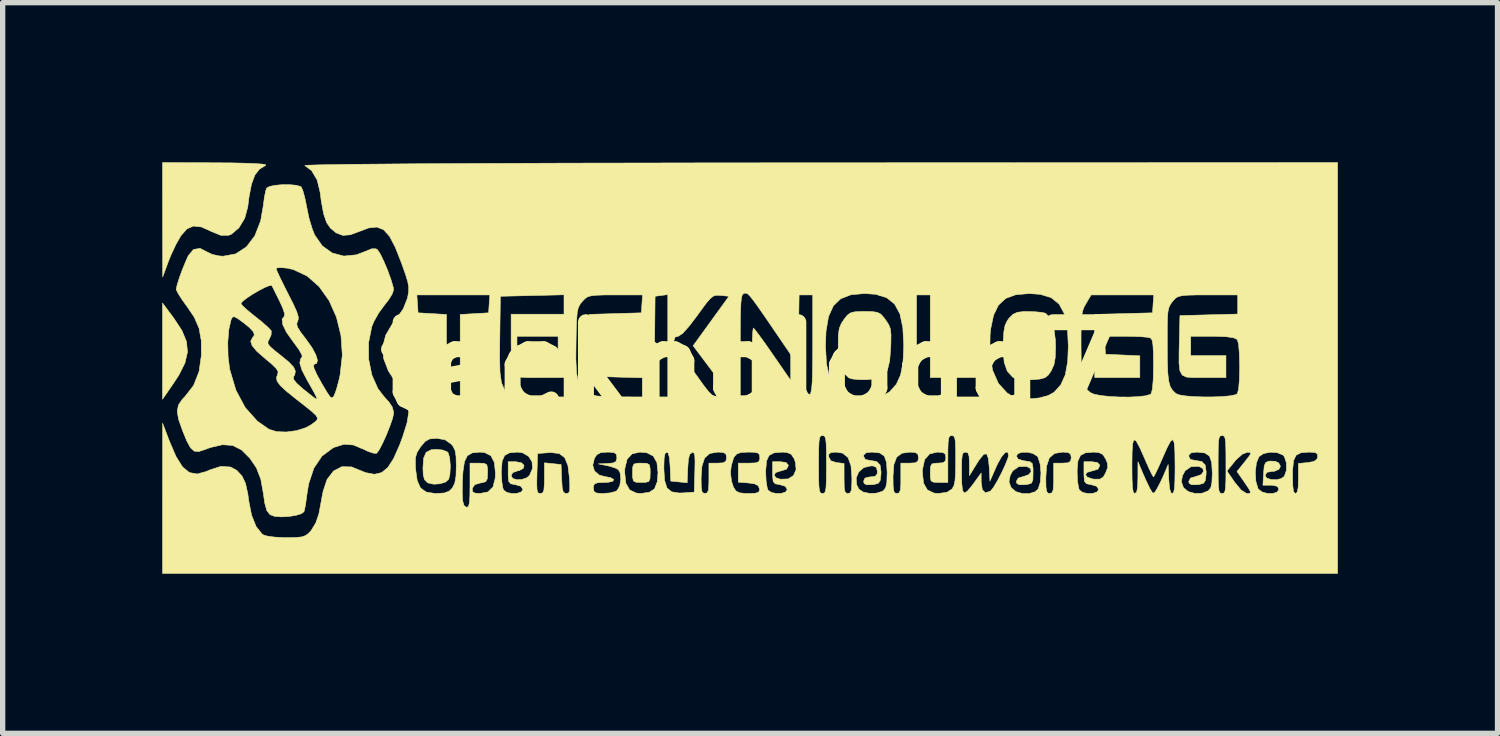
<source format=kicad_pcb>
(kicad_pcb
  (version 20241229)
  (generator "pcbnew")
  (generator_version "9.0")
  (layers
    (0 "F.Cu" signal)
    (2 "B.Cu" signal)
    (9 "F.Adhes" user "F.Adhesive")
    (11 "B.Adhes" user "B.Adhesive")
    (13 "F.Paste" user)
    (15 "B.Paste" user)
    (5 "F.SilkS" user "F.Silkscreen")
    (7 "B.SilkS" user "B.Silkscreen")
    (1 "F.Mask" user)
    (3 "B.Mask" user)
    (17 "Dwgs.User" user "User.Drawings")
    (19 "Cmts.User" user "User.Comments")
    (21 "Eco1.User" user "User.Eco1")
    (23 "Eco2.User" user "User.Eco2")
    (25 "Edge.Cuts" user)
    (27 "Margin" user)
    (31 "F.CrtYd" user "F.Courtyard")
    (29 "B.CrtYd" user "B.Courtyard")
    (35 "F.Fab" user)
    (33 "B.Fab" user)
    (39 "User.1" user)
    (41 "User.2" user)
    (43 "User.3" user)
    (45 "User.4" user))
  (footprint "tecknologg7"
    (layer "F.Cu")
    (at 11.048 3.841)
    (property "Reference" "tecknologg7" (at 0 0 0) (layer "F.SilkS") (effects (font (size 1.524 1.524) (thickness 0.3))))
    (attr through_hole)
    (fp_poly (pts (xy -10.826 -0.903) (xy -10.677 -0.676) (xy -10.593 -0.471) (xy -10.574 -0.274) (xy -10.621 -0.07) (xy -10.734 0.156) (xy -10.832 0.307) (xy -11.043 0.613) (xy -11.043 -1.195) (xy -10.826 -0.903)) (stroke (width 0.01) (type solid)) (fill yes) (layer "F.SilkS"))
    (fp_poly (pts (xy -1.941 1.818) (xy -1.893 1.844) (xy -1.878 1.915) (xy -1.877 1.996) (xy -1.881 2.107) (xy -1.905 2.16) (xy -1.969 2.176) (xy -2.043 2.177) (xy -2.145 2.173) (xy -2.193 2.147) (xy -2.208 2.076) (xy -2.209 1.996) (xy -2.205 1.884) (xy -2.181 1.831) (xy -2.117 1.815) (xy -2.043 1.814) (xy -1.941 1.818)) (stroke (width 0.01) (type solid)) (fill yes) (layer "F.SilkS"))
    (fp_poly (pts (xy -5.778 1.568) (xy -5.695 1.6) (xy -5.676 1.617) (xy -5.646 1.714) (xy -5.634 1.864) (xy -5.641 2.017) (xy -5.664 2.116) (xy -5.724 2.17) (xy -5.827 2.202) (xy -5.945 2.21) (xy -6.049 2.187) (xy -6.065 2.178) (xy -6.119 2.125) (xy -6.143 2.032) (xy -6.148 1.904) (xy -6.135 1.719) (xy -6.088 1.611) (xy -5.994 1.563) (xy -5.89 1.555) (xy -5.778 1.568)) (stroke (width 0.01) (type solid)) (fill yes) (layer "F.SilkS"))
    (fp_poly (pts (xy -10.022 -3.831) (xy -9.723 -3.829) (xy -9.478 -3.823) (xy -9.29 -3.816) (xy -9.163 -3.806) (xy -9.103 -3.794) (xy -9.106 -3.783) (xy -9.222 -3.711) (xy -9.308 -3.6) (xy -9.371 -3.43) (xy -9.418 -3.185) (xy -9.442 -2.996) (xy -9.499 -2.787) (xy -9.608 -2.608) (xy -9.747 -2.49) (xy -9.805 -2.467) (xy -9.949 -2.468) (xy -10.121 -2.539) (xy -10.312 -2.625) (xy -10.461 -2.642) (xy -10.585 -2.588) (xy -10.697 -2.461) (xy -10.7 -2.456) (xy -10.788 -2.302) (xy -10.881 -2.106) (xy -10.933 -1.977) (xy -11.04 -1.685) (xy -11.042 -2.76) (xy -11.043 -3.836) (xy -10.022 -3.831)) (stroke (width 0.01) (type solid)) (fill yes) (layer "F.SilkS"))
    (fp_poly (pts (xy 5.361 -1.031) (xy 5.482 -1.019) (xy 5.551 -1.004) (xy 5.644 -0.916) (xy 5.708 -0.742) (xy 5.74 -0.49) (xy 5.743 -0.368) (xy 5.736 -0.171) (xy 5.713 -0.038) (xy 5.664 0.071) (xy 5.655 0.087) (xy 5.601 0.163) (xy 5.541 0.208) (xy 5.452 0.233) (xy 5.315 0.246) (xy 5.296 0.247) (xy 5.108 0.246) (xy 4.974 0.217) (xy 4.933 0.195) (xy 4.834 0.084) (xy 4.777 -0.08) (xy 4.756 -0.313) (xy 4.758 -0.461) (xy 4.77 -0.653) (xy 4.793 -0.776) (xy 4.835 -0.865) (xy 4.872 -0.914) (xy 4.942 -0.983) (xy 5.023 -1.021) (xy 5.14 -1.035) (xy 5.22 -1.036) (xy 5.361 -1.031)) (stroke (width 0.01) (type solid)) (fill yes) (layer "F.SilkS"))
    (fp_poly (pts (xy 2.3 -1.034) (xy 2.394 -1.019) (xy 2.46 -0.984) (xy 2.518 -0.919) (xy 2.547 -0.879) (xy 2.606 -0.79) (xy 2.638 -0.708) (xy 2.649 -0.601) (xy 2.647 -0.434) (xy 2.644 -0.361) (xy 2.624 -0.105) (xy 2.581 0.066) (xy 2.502 0.17) (xy 2.375 0.224) (xy 2.199 0.245) (xy 2.055 0.245) (xy 1.932 0.233) (xy 1.855 0.211) (xy 1.854 0.21) (xy 1.75 0.108) (xy 1.686 -0.058) (xy 1.658 -0.299) (xy 1.657 -0.404) (xy 1.66 -0.594) (xy 1.677 -0.717) (xy 1.715 -0.81) (xy 1.764 -0.885) (xy 1.825 -0.963) (xy 1.885 -1.008) (xy 1.966 -1.03) (xy 2.09 -1.036) (xy 2.153 -1.037) (xy 2.3 -1.034)) (stroke (width 0.01) (type solid)) (fill yes) (layer "F.SilkS"))
    (fp_poly (pts (xy -8.533 -3.409) (xy -8.45 -3.386) (xy -8.437 -3.377) (xy -8.405 -3.307) (xy -8.367 -3.167) (xy -8.334 -3.002) (xy -8.29 -2.791) (xy -8.23 -2.591) (xy -8.185 -2.477) (xy -8.041 -2.27) (xy -7.854 -2.136) (xy -7.636 -2.078) (xy -7.401 -2.101) (xy -7.241 -2.162) (xy -7.113 -2.214) (xy -7.03 -2.214) (xy -7.004 -2.198) (xy -6.952 -2.121) (xy -6.884 -1.981) (xy -6.812 -1.81) (xy -6.75 -1.639) (xy -6.709 -1.5) (xy -6.7 -1.442) (xy -6.727 -1.364) (xy -6.796 -1.252) (xy -6.871 -1.157) (xy -6.979 -1.009) (xy -7.072 -0.845) (xy -7.11 -0.752) (xy -7.17 -0.451) (xy -7.169 -0.14) (xy -7.109 0.156) (xy -6.995 0.413) (xy -6.891 0.55) (xy -6.784 0.671) (xy -6.725 0.76) (xy -6.703 0.841) (xy -6.7 0.882) (xy -6.719 0.972) (xy -6.768 1.114) (xy -6.834 1.28) (xy -6.906 1.44) (xy -6.972 1.566) (xy -7.018 1.628) (xy -7.02 1.629) (xy -7.08 1.627) (xy -7.182 1.593) (xy -7.262 1.554) (xy -7.457 1.473) (xy -7.629 1.459) (xy -7.808 1.514) (xy -7.844 1.531) (xy -8.047 1.682) (xy -8.198 1.907) (xy -8.297 2.205) (xy -8.334 2.436) (xy -8.354 2.59) (xy -8.377 2.703) (xy -8.385 2.727) (xy -8.436 2.765) (xy -8.538 2.796) (xy -8.67 2.817) (xy -8.809 2.824) (xy -8.932 2.815) (xy -8.936 2.815) (xy -9.024 2.781) (xy -9.083 2.705) (xy -9.122 2.565) (xy -9.148 2.384) (xy -9.196 2.115) (xy -9.278 1.904) (xy -9.4 1.724) (xy -9.558 1.566) (xy -9.726 1.481) (xy -9.917 1.468) (xy -10.146 1.521) (xy -10.244 1.558) (xy -10.36 1.596) (xy -10.446 1.589) (xy -10.517 1.526) (xy -10.589 1.394) (xy -10.667 1.202) (xy -10.741 0.992) (xy -10.767 0.84) (xy -10.744 0.722) (xy -10.672 0.615) (xy -10.625 0.567) (xy -10.459 0.354) (xy -10.356 0.091) (xy -10.314 -0.207) (xy -10.315 -0.454) (xy -9.817 -0.454) (xy -9.811 -0.191) (xy -9.781 0.051) (xy -9.779 0.057) (xy -9.663 0.445) (xy -9.49 0.768) (xy -9.261 1.025) (xy -9.042 1.178) (xy -8.899 1.222) (xy -8.716 1.229) (xy -8.523 1.203) (xy -8.345 1.146) (xy -8.251 1.093) (xy -8.183 1.044) (xy -8.14 1.005) (xy -8.131 0.966) (xy -8.159 0.917) (xy -8.232 0.847) (xy -8.356 0.747) (xy -8.538 0.605) (xy -8.554 0.592) (xy -8.722 0.456) (xy -8.831 0.354) (xy -8.889 0.275) (xy -8.902 0.208) (xy -8.879 0.143) (xy -8.877 0.138) (xy -8.871 0.093) (xy -8.908 0.033) (xy -8.996 -0.053) (xy -9.112 -0.15) (xy -9.269 -0.286) (xy -9.359 -0.394) (xy -9.386 -0.477) (xy -9.353 -0.542) (xy -9.35 -0.544) (xy -9.317 -0.595) (xy -9.336 -0.655) (xy -9.411 -0.736) (xy -9.516 -0.821) (xy -9.628 -0.903) (xy -9.693 -0.938) (xy -9.729 -0.931) (xy -9.754 -0.885) (xy -9.755 -0.882) (xy -9.797 -0.697) (xy -9.817 -0.454) (xy -10.315 -0.454) (xy -10.315 -0.49) (xy -10.356 -0.719) (xy -10.446 -0.928) (xy -10.585 -1.133) (xy -10.622 -1.184) (xy -9.57 -1.184) (xy -9.54 -1.145) (xy -9.461 -1.072) (xy -9.346 -0.976) (xy -9.297 -0.938) (xy -9.169 -0.835) (xy -9.067 -0.745) (xy -9.007 -0.683) (xy -8.999 -0.671) (xy -9.002 -0.595) (xy -9.036 -0.52) (xy -9.061 -0.472) (xy -9.06 -0.428) (xy -9.021 -0.376) (xy -8.935 -0.301) (xy -8.819 -0.209) (xy -8.669 -0.086) (xy -8.58 0.008) (xy -8.546 0.085) (xy -8.558 0.155) (xy -8.58 0.19) (xy -8.58 0.239) (xy -8.522 0.313) (xy -8.402 0.42) (xy -8.386 0.432) (xy -8.257 0.535) (xy -8.181 0.593) (xy -8.146 0.612) (xy -8.142 0.598) (xy -8.158 0.557) (xy -8.195 0.484) (xy -8.263 0.362) (xy -8.326 0.252) (xy -8.424 0.063) (xy -8.463 -0.071) (xy -8.445 -0.153) (xy -8.421 -0.173) (xy -8.422 -0.217) (xy -8.475 -0.314) (xy -8.575 -0.452) (xy -8.586 -0.466) (xy -8.714 -0.647) (xy -8.784 -0.791) (xy -8.795 -0.894) (xy -8.755 -0.945) (xy -8.748 -0.996) (xy -8.788 -1.113) (xy -8.837 -1.219) (xy -8.909 -1.364) (xy -8.965 -1.477) (xy -8.989 -1.524) (xy -9.029 -1.524) (xy -9.116 -1.49) (xy -9.23 -1.431) (xy -9.352 -1.36) (xy -9.462 -1.287) (xy -9.541 -1.224) (xy -9.57 -1.184) (xy -10.622 -1.184) (xy -10.682 -1.268) (xy -10.753 -1.38) (xy -10.785 -1.447) (xy -10.786 -1.452) (xy -10.768 -1.538) (xy -10.723 -1.68) (xy -10.663 -1.843) (xy -8.908 -1.843) (xy -8.888 -1.788) (xy -8.833 -1.669) (xy -8.752 -1.505) (xy -8.683 -1.369) (xy -8.581 -1.167) (xy -8.52 -1.03) (xy -8.492 -0.94) (xy -8.493 -0.881) (xy -8.505 -0.853) (xy -8.521 -0.802) (xy -8.505 -0.74) (xy -8.448 -0.649) (xy -8.344 -0.512) (xy -8.234 -0.358) (xy -8.161 -0.221) (xy -8.13 -0.117) (xy -8.147 -0.059) (xy -8.172 -0.052) (xy -8.204 -0.033) (xy -8.196 0.031) (xy -8.143 0.149) (xy -8.042 0.331) (xy -8.037 0.339) (xy -7.948 0.489) (xy -7.892 0.569) (xy -7.856 0.589) (xy -7.828 0.562) (xy -7.815 0.538) (xy -7.776 0.434) (xy -7.732 0.273) (xy -7.706 0.159) (xy -7.664 -0.217) (xy -7.689 -0.584) (xy -7.774 -0.93) (xy -7.912 -1.24) (xy -8.098 -1.502) (xy -8.323 -1.701) (xy -8.582 -1.824) (xy -8.702 -1.851) (xy -8.813 -1.861) (xy -8.889 -1.856) (xy -8.908 -1.843) (xy -10.663 -1.843) (xy -10.661 -1.847) (xy -10.594 -2.008) (xy -10.558 -2.086) (xy -10.461 -2.202) (xy -10.338 -2.223) (xy -10.197 -2.151) (xy -10.107 -2.108) (xy -9.98 -2.081) (xy -9.905 -2.075) (xy -9.668 -2.119) (xy -9.467 -2.25) (xy -9.308 -2.459) (xy -9.199 -2.739) (xy -9.15 -3.018) (xy -9.128 -3.185) (xy -9.101 -3.314) (xy -9.086 -3.355) (xy -9.032 -3.386) (xy -8.927 -3.408) (xy -8.794 -3.42) (xy -8.655 -3.42) (xy -8.533 -3.409)) (stroke (width 0.01) (type solid)) (fill yes) (layer "F.SilkS"))
    (fp_poly (pts (xy 11.043 3.888) (xy -11.043 3.888) (xy -11.042 1.063) (xy -10.914 1.4) (xy -10.79 1.689) (xy -10.668 1.884) (xy -10.539 1.991) (xy -10.393 2.018) (xy -10.219 1.971) (xy -10.16 1.944) (xy -9.948 1.875) (xy -9.763 1.887) (xy -9.647 1.95) (xy -9.549 2.056) (xy -9.483 2.196) (xy -9.439 2.397) (xy -9.423 2.52) (xy -9.37 2.79) (xy -9.285 3.004) (xy -9.175 3.143) (xy -9.141 3.166) (xy -9.065 3.187) (xy -8.937 3.204) (xy -8.78 3.213) (xy -8.706 3.214) (xy -8.541 3.212) (xy -8.43 3.201) (xy -8.355 3.176) (xy -8.296 3.131) (xy -8.249 3.08) (xy -8.162 2.936) (xy -8.104 2.768) (xy -8.102 2.756) (xy -8.068 2.573) (xy -8.032 2.377) (xy -8.028 2.355) (xy -7.952 2.123) (xy -7.83 1.963) (xy -7.672 1.881) (xy -7.49 1.885) (xy -7.363 1.937) (xy -7.224 1.993) (xy -7.075 2.021) (xy -7.053 2.022) (xy -6.925 1.992) (xy -6.81 1.898) (xy -6.77 1.838) (xy -6.291 1.838) (xy -6.286 1.93) (xy -6.256 2.143) (xy -6.194 2.281) (xy -6.088 2.357) (xy -5.926 2.384) (xy -5.886 2.384) (xy -5.745 2.375) (xy -5.721 2.366) (xy -5.41 2.366) (xy -5.401 2.525) (xy -5.376 2.612) (xy -5.331 2.643) (xy -5.32 2.644) (xy -5.292 2.625) (xy -5.274 2.558) (xy -5.266 2.422) (xy -5.264 2.229) (xy -5.264 1.814) (xy -5.098 1.814) (xy -4.997 1.818) (xy -4.948 1.844) (xy -4.934 1.914) (xy -4.933 1.993) (xy -4.939 2.11) (xy -4.971 2.164) (xy -5.051 2.185) (xy -5.07 2.187) (xy -5.175 2.219) (xy -5.219 2.286) (xy -5.22 2.294) (xy -5.216 2.352) (xy -5.169 2.378) (xy -5.076 2.384) (xy -4.926 2.355) (xy -4.832 2.263) (xy -4.79 2.099) (xy -4.786 2.005) (xy -4.787 1.987) (xy -4.675 1.987) (xy -4.667 2.154) (xy -4.647 2.281) (xy -4.631 2.322) (xy -4.568 2.366) (xy -4.474 2.385) (xy -4.376 2.381) (xy -4.299 2.355) (xy -4.27 2.31) (xy -4.305 2.25) (xy -4.408 2.219) (xy -4.408 2.219) (xy -4.495 2.203) (xy -4.009 2.203) (xy -4.004 2.315) (xy -3.988 2.369) (xy -3.955 2.384) (xy -3.94 2.384) (xy -3.897 2.373) (xy -3.875 2.322) (xy -3.866 2.206) (xy -3.865 2.096) (xy -3.865 1.808) (xy -3.709 1.824) (xy -3.552 1.84) (xy -3.541 2.112) (xy -3.531 2.273) (xy -3.511 2.355) (xy -3.475 2.383) (xy -3.454 2.384) (xy -3.411 2.376) (xy -3.391 2.332) (xy -3.388 2.23) (xy -3.395 2.091) (xy -3.423 1.859) (xy -3.426 1.853) (xy -2.957 1.853) (xy -2.924 1.963) (xy -2.832 2.039) (xy -2.738 2.064) (xy -2.615 2.089) (xy -2.563 2.123) (xy -2.581 2.154) (xy -2.67 2.175) (xy -2.735 2.177) (xy -2.855 2.181) (xy -2.918 2.2) (xy -2.942 2.24) (xy -2.945 2.281) (xy -2.935 2.343) (xy -2.895 2.374) (xy -2.805 2.384) (xy -2.758 2.384) (xy -2.635 2.374) (xy -2.533 2.348) (xy -2.501 2.331) (xy -2.45 2.245) (xy -2.429 2.117) (xy -2.442 1.996) (xy -2.356 1.996) (xy -2.334 2.193) (xy -2.263 2.318) (xy -2.138 2.377) (xy -2.053 2.384) (xy -1.894 2.362) (xy -1.797 2.299) (xy -1.744 2.164) (xy -1.73 1.991) (xy -1.739 1.915) (xy -1.62 1.915) (xy -1.607 2.136) (xy -1.563 2.278) (xy -1.475 2.353) (xy -1.333 2.376) (xy -1.252 2.373) (xy -1.049 2.359) (xy -1.042 2.099) (xy -0.92 2.099) (xy -0.917 2.264) (xy -0.903 2.35) (xy -0.872 2.381) (xy -0.847 2.384) (xy -0.804 2.372) (xy -0.782 2.319) (xy -0.774 2.199) (xy -0.773 2.099) (xy -0.773 1.996) (xy -0.368 1.996) (xy -0.349 2.152) (xy -0.311 2.269) (xy -0.266 2.336) (xy -0.202 2.371) (xy -0.096 2.384) (xy -0.032 2.384) (xy 0.091 2.381) (xy 0.156 2.364) (xy 0.178 2.329) (xy 0.177 2.294) (xy 0.151 2.236) (xy 0.083 2.203) (xy -0.028 2.187) (xy -0.221 2.172) (xy -0.221 1.987) (xy 0.294 1.987) (xy 0.302 2.154) (xy 0.323 2.281) (xy 0.339 2.322) (xy 0.402 2.366) (xy 0.496 2.385) (xy 0.594 2.381) (xy 0.67 2.355) (xy 0.699 2.31) (xy 0.664 2.25) (xy 0.562 2.219) (xy 0.561 2.219) (xy 0.473 2.202) (xy 0.434 2.159) (xy 0.424 2.056) (xy 0.423 1.996) (xy 0.423 1.788) (xy 0.571 1.788) (xy 0.673 1.801) (xy 0.715 1.844) (xy 0.718 1.866) (xy 0.685 1.928) (xy 0.585 1.959) (xy 0.578 1.96) (xy 0.482 1.991) (xy 0.452 2.041) (xy 0.49 2.09) (xy 0.569 2.116) (xy 0.716 2.111) (xy 0.817 2.047) (xy 0.865 1.937) (xy 0.857 1.84) (xy 1.288 1.84) (xy 1.289 2.083) (xy 1.294 2.24) (xy 1.304 2.331) (xy 1.323 2.373) (xy 1.353 2.384) (xy 1.362 2.384) (xy 1.395 2.378) (xy 1.416 2.345) (xy 1.428 2.268) (xy 1.434 2.129) (xy 1.436 1.908) (xy 1.436 1.84) (xy 1.435 1.698) (xy 1.479 1.698) (xy 1.518 1.769) (xy 1.618 1.803) (xy 1.629 1.804) (xy 1.767 1.821) (xy 1.767 2.103) (xy 1.77 2.266) (xy 1.784 2.351) (xy 1.816 2.382) (xy 1.841 2.384) (xy 1.883 2.372) (xy 1.905 2.319) (xy 1.913 2.199) (xy 1.914 2.099) (xy 1.914 2.093) (xy 1.995 2.093) (xy 2.004 2.221) (xy 2.046 2.303) (xy 2.123 2.356) (xy 2.242 2.382) (xy 2.372 2.379) (xy 2.483 2.345) (xy 2.506 2.331) (xy 2.549 2.276) (xy 2.571 2.177) (xy 2.574 2.076) (xy 2.687 2.076) (xy 2.69 2.249) (xy 2.702 2.342) (xy 2.729 2.379) (xy 2.761 2.384) (xy 2.803 2.372) (xy 2.826 2.319) (xy 2.834 2.199) (xy 2.834 2.099) (xy 2.834 1.996) (xy 3.239 1.996) (xy 3.262 2.193) (xy 3.333 2.318) (xy 3.457 2.377) (xy 3.542 2.384) (xy 3.702 2.362) (xy 3.798 2.299) (xy 3.832 2.238) (xy 3.852 2.145) (xy 3.862 1.996) (xy 3.863 1.961) (xy 3.976 1.961) (xy 3.979 2.194) (xy 3.994 2.33) (xy 4.028 2.376) (xy 4.087 2.34) (xy 4.178 2.228) (xy 4.204 2.193) (xy 4.344 2.001) (xy 4.344 2.168) (xy 4.365 2.313) (xy 4.424 2.372) (xy 4.517 2.341) (xy 4.521 2.338) (xy 4.576 2.27) (xy 4.639 2.163) (xy 4.867 2.163) (xy 4.9 2.258) (xy 4.914 2.281) (xy 4.997 2.35) (xy 5.118 2.385) (xy 5.249 2.386) (xy 5.36 2.351) (xy 5.416 2.299) (xy 5.456 2.171) (xy 5.461 2.099) (xy 5.559 2.099) (xy 5.562 2.264) (xy 5.576 2.35) (xy 5.606 2.381) (xy 5.632 2.384) (xy 5.675 2.372) (xy 5.697 2.319) (xy 5.705 2.199) (xy 5.706 2.099) (xy 5.706 1.987) (xy 6.148 1.987) (xy 6.155 2.154) (xy 6.176 2.281) (xy 6.192 2.322) (xy 6.255 2.366) (xy 6.349 2.385) (xy 6.447 2.381) (xy 6.523 2.355) (xy 6.552 2.31) (xy 6.517 2.25) (xy 6.415 2.219) (xy 6.414 2.219) (xy 6.326 2.202) (xy 6.287 2.159) (xy 6.277 2.056) (xy 6.276 1.996) (xy 6.276 1.788) (xy 6.424 1.788) (xy 6.526 1.801) (xy 6.568 1.844) (xy 6.571 1.866) (xy 6.538 1.928) (xy 6.438 1.959) (xy 6.431 1.96) (xy 6.334 1.988) (xy 6.305 2.031) (xy 6.339 2.077) (xy 6.433 2.11) (xy 6.47 2.115) (xy 6.576 2.115) (xy 6.64 2.074) (xy 6.683 1.999) (xy 6.723 1.896) (xy 6.721 1.862) (xy 7.178 1.862) (xy 7.18 2.105) (xy 7.187 2.261) (xy 7.2 2.348) (xy 7.221 2.382) (xy 7.233 2.384) (xy 7.266 2.359) (xy 7.284 2.271) (xy 7.29 2.1) (xy 7.29 2.086) (xy 7.291 1.788) (xy 7.379 1.996) (xy 7.446 2.147) (xy 7.508 2.276) (xy 7.524 2.307) (xy 7.569 2.377) (xy 7.602 2.37) (xy 7.647 2.299) (xy 7.711 2.178) (xy 7.779 2.03) (xy 7.786 2.014) (xy 7.859 1.84) (xy 7.87 2.112) (xy 7.884 2.286) (xy 7.91 2.37) (xy 7.935 2.384) (xy 7.96 2.365) (xy 7.976 2.297) (xy 7.985 2.164) (xy 7.985 2.163) (xy 8.107 2.163) (xy 8.14 2.258) (xy 8.154 2.281) (xy 8.239 2.35) (xy 8.364 2.384) (xy 8.499 2.379) (xy 8.614 2.333) (xy 8.616 2.331) (xy 8.66 2.276) (xy 8.681 2.177) (xy 8.688 2.004) (xy 8.688 1.996) (xy 8.679 1.84) (xy 8.798 1.84) (xy 8.799 2.083) (xy 8.803 2.24) (xy 8.814 2.331) (xy 8.833 2.373) (xy 8.862 2.384) (xy 8.872 2.384) (xy 8.904 2.378) (xy 8.926 2.345) (xy 8.938 2.268) (xy 8.944 2.129) (xy 8.945 1.961) (xy 8.964 1.961) (xy 9.109 2.173) (xy 9.23 2.32) (xy 9.331 2.383) (xy 9.347 2.384) (xy 9.396 2.38) (xy 9.407 2.357) (xy 9.375 2.295) (xy 9.296 2.178) (xy 9.16 1.982) (xy 9.497 1.982) (xy 9.507 2.156) (xy 9.547 2.29) (xy 9.555 2.303) (xy 9.624 2.356) (xy 9.721 2.383) (xy 9.822 2.385) (xy 9.903 2.361) (xy 9.939 2.311) (xy 9.939 2.307) (xy 9.915 2.253) (xy 9.835 2.231) (xy 9.79 2.229) (xy 9.64 2.229) (xy 9.652 2.009) (xy 9.664 1.869) (xy 9.691 1.803) (xy 9.75 1.778) (xy 9.773 1.775) (xy 9.87 1.78) (xy 9.935 1.808) (xy 9.969 1.873) (xy 9.941 1.93) (xy 9.862 1.965) (xy 9.808 1.97) (xy 9.714 1.987) (xy 9.682 2.043) (xy 9.681 2.048) (xy 9.713 2.096) (xy 9.791 2.122) (xy 9.89 2.126) (xy 9.983 2.105) (xy 10.042 2.063) (xy 10.047 2.049) (xy 10.197 2.049) (xy 10.201 2.238) (xy 10.214 2.342) (xy 10.24 2.382) (xy 10.252 2.384) (xy 10.285 2.359) (xy 10.303 2.268) (xy 10.307 2.102) (xy 10.307 1.82) (xy 10.482 1.804) (xy 10.597 1.783) (xy 10.654 1.741) (xy 10.669 1.698) (xy 10.664 1.642) (xy 10.621 1.615) (xy 10.522 1.607) (xy 10.51 1.607) (xy 10.358 1.618) (xy 10.264 1.665) (xy 10.216 1.766) (xy 10.198 1.941) (xy 10.197 2.049) (xy 10.047 2.049) (xy 10.082 1.948) (xy 10.081 1.808) (xy 10.043 1.692) (xy 10.015 1.661) (xy 9.908 1.617) (xy 9.776 1.609) (xy 9.65 1.635) (xy 9.565 1.693) (xy 9.517 1.812) (xy 9.497 1.982) (xy 9.16 1.982) (xy 9.152 1.972) (xy 9.297 1.791) (xy 9.379 1.687) (xy 9.411 1.633) (xy 9.396 1.613) (xy 9.347 1.609) (xy 9.253 1.646) (xy 9.139 1.747) (xy 9.108 1.784) (xy 8.964 1.961) (xy 8.945 1.961) (xy 8.945 1.908) (xy 8.945 1.84) (xy 8.944 1.597) (xy 8.94 1.44) (xy 8.929 1.349) (xy 8.911 1.308) (xy 8.881 1.296) (xy 8.872 1.296) (xy 8.839 1.303) (xy 8.817 1.335) (xy 8.805 1.412) (xy 8.8 1.552) (xy 8.798 1.772) (xy 8.798 1.84) (xy 8.679 1.84) (xy 8.677 1.8) (xy 8.635 1.682) (xy 8.549 1.623) (xy 8.405 1.607) (xy 8.395 1.607) (xy 8.292 1.619) (xy 8.249 1.661) (xy 8.246 1.685) (xy 8.276 1.745) (xy 8.365 1.763) (xy 8.49 1.783) (xy 8.555 1.849) (xy 8.573 1.976) (xy 8.571 2.027) (xy 8.558 2.138) (xy 8.524 2.192) (xy 8.447 2.214) (xy 8.402 2.219) (xy 8.299 2.22) (xy 8.253 2.192) (xy 8.246 2.157) (xy 8.279 2.095) (xy 8.382 2.064) (xy 8.384 2.064) (xy 8.478 2.031) (xy 8.522 1.974) (xy 8.511 1.915) (xy 8.439 1.876) (xy 8.435 1.875) (xy 8.288 1.881) (xy 8.177 1.958) (xy 8.128 2.049) (xy 8.107 2.163) (xy 7.985 2.163) (xy 7.988 1.948) (xy 7.988 1.862) (xy 7.985 1.598) (xy 7.973 1.436) (xy 7.948 1.372) (xy 7.904 1.403) (xy 7.837 1.528) (xy 7.749 1.727) (xy 7.677 1.89) (xy 7.619 2.012) (xy 7.586 2.071) (xy 7.583 2.073) (xy 7.556 2.032) (xy 7.503 1.923) (xy 7.434 1.768) (xy 7.417 1.728) (xy 7.324 1.519) (xy 7.259 1.4) (xy 7.216 1.374) (xy 7.192 1.444) (xy 7.181 1.613) (xy 7.178 1.862) (xy 6.721 1.862) (xy 6.718 1.817) (xy 6.685 1.737) (xy 6.631 1.652) (xy 6.557 1.615) (xy 6.457 1.607) (xy 6.305 1.62) (xy 6.211 1.669) (xy 6.163 1.772) (xy 6.148 1.943) (xy 6.148 1.987) (xy 5.706 1.987) (xy 5.706 1.814) (xy 5.871 1.814) (xy 5.975 1.808) (xy 6.024 1.779) (xy 6.037 1.718) (xy 6.037 1.711) (xy 6.026 1.646) (xy 5.981 1.615) (xy 5.883 1.607) (xy 5.871 1.607) (xy 5.722 1.632) (xy 5.625 1.717) (xy 5.573 1.873) (xy 5.559 2.099) (xy 5.461 2.099) (xy 5.468 2.002) (xy 5.453 1.833) (xy 5.413 1.706) (xy 5.395 1.681) (xy 5.316 1.632) (xy 5.214 1.609) (xy 5.112 1.61) (xy 5.035 1.635) (xy 5.006 1.682) (xy 5.039 1.738) (xy 5.138 1.769) (xy 5.163 1.772) (xy 5.261 1.787) (xy 5.306 1.824) (xy 5.319 1.912) (xy 5.319 1.996) (xy 5.316 2.126) (xy 5.292 2.188) (xy 5.226 2.212) (xy 5.163 2.219) (xy 5.06 2.22) (xy 5.013 2.192) (xy 5.006 2.157) (xy 5.04 2.095) (xy 5.142 2.064) (xy 5.144 2.064) (xy 5.238 2.031) (xy 5.283 1.974) (xy 5.272 1.915) (xy 5.199 1.876) (xy 5.196 1.875) (xy 5.049 1.881) (xy 4.937 1.958) (xy 4.889 2.049) (xy 4.867 2.163) (xy 4.639 2.163) (xy 4.65 2.145) (xy 4.73 1.992) (xy 4.8 1.84) (xy 4.848 1.717) (xy 4.859 1.663) (xy 4.841 1.602) (xy 4.792 1.618) (xy 4.724 1.7) (xy 4.648 1.837) (xy 4.629 1.879) (xy 4.509 2.151) (xy 4.498 1.918) (xy 4.48 1.729) (xy 4.447 1.64) (xy 4.393 1.647) (xy 4.31 1.748) (xy 4.267 1.814) (xy 4.123 2.048) (xy 4.123 1.827) (xy 4.117 1.686) (xy 4.095 1.622) (xy 4.049 1.607) (xy 4.01 1.617) (xy 3.988 1.662) (xy 3.978 1.764) (xy 3.976 1.946) (xy 3.976 1.961) (xy 3.863 1.961) (xy 3.865 1.769) (xy 3.865 1.754) (xy 3.864 1.535) (xy 3.858 1.399) (xy 3.844 1.328) (xy 3.819 1.3) (xy 3.792 1.296) (xy 3.756 1.304) (xy 3.734 1.342) (xy 3.723 1.431) (xy 3.718 1.589) (xy 3.718 1.737) (xy 3.718 2.177) (xy 3.552 2.177) (xy 3.451 2.173) (xy 3.402 2.147) (xy 3.388 2.076) (xy 3.387 1.996) (xy 3.391 1.88) (xy 3.419 1.828) (xy 3.49 1.815) (xy 3.534 1.814) (xy 3.63 1.806) (xy 3.673 1.77) (xy 3.681 1.711) (xy 3.67 1.646) (xy 3.625 1.615) (xy 3.526 1.607) (xy 3.518 1.607) (xy 3.373 1.642) (xy 3.281 1.748) (xy 3.242 1.928) (xy 3.239 1.996) (xy 2.834 1.996) (xy 2.834 1.814) (xy 3 1.814) (xy 3.104 1.808) (xy 3.153 1.779) (xy 3.166 1.718) (xy 3.166 1.711) (xy 3.154 1.645) (xy 3.107 1.614) (xy 3.008 1.607) (xy 2.854 1.628) (xy 2.755 1.702) (xy 2.703 1.842) (xy 2.687 2.065) (xy 2.687 2.076) (xy 2.574 2.076) (xy 2.577 2.004) (xy 2.577 1.996) (xy 2.566 1.8) (xy 2.524 1.682) (xy 2.438 1.623) (xy 2.295 1.607) (xy 2.285 1.607) (xy 2.181 1.619) (xy 2.138 1.661) (xy 2.135 1.685) (xy 2.166 1.745) (xy 2.255 1.763) (xy 2.379 1.783) (xy 2.444 1.849) (xy 2.462 1.976) (xy 2.46 2.027) (xy 2.447 2.138) (xy 2.413 2.192) (xy 2.336 2.214) (xy 2.292 2.219) (xy 2.189 2.221) (xy 2.143 2.194) (xy 2.135 2.154) (xy 2.16 2.095) (xy 2.243 2.074) (xy 2.264 2.073) (xy 2.353 2.062) (xy 2.389 2.017) (xy 2.393 1.97) (xy 2.377 1.896) (xy 2.317 1.868) (xy 2.272 1.866) (xy 2.139 1.897) (xy 2.043 1.979) (xy 1.995 2.093) (xy 1.914 2.093) (xy 1.897 1.863) (xy 1.842 1.709) (xy 1.741 1.627) (xy 1.617 1.607) (xy 1.521 1.615) (xy 1.481 1.646) (xy 1.479 1.698) (xy 1.435 1.698) (xy 1.435 1.597) (xy 1.43 1.44) (xy 1.42 1.349) (xy 1.401 1.308) (xy 1.371 1.296) (xy 1.362 1.296) (xy 1.329 1.303) (xy 1.308 1.335) (xy 1.296 1.412) (xy 1.29 1.552) (xy 1.288 1.772) (xy 1.288 1.84) (xy 0.857 1.84) (xy 0.852 1.794) (xy 0.826 1.725) (xy 0.773 1.647) (xy 0.692 1.613) (xy 0.604 1.607) (xy 0.452 1.62) (xy 0.358 1.669) (xy 0.31 1.772) (xy 0.295 1.943) (xy 0.294 1.987) (xy -0.221 1.987) (xy -0.221 1.814) (xy -0.018 1.814) (xy 0.099 1.81) (xy 0.16 1.79) (xy 0.182 1.747) (xy 0.184 1.711) (xy 0.176 1.652) (xy 0.14 1.621) (xy 0.06 1.609) (xy -0.035 1.607) (xy -0.165 1.613) (xy -0.244 1.638) (xy -0.294 1.691) (xy -0.311 1.722) (xy -0.353 1.861) (xy -0.368 1.996) (xy -0.773 1.996) (xy -0.773 1.814) (xy -0.607 1.814) (xy -0.504 1.808) (xy -0.455 1.779) (xy -0.442 1.718) (xy -0.442 1.711) (xy -0.453 1.646) (xy -0.498 1.615) (xy -0.595 1.607) (xy -0.607 1.607) (xy -0.757 1.632) (xy -0.854 1.717) (xy -0.905 1.873) (xy -0.92 2.099) (xy -1.042 2.099) (xy -1.038 1.978) (xy -1.034 1.783) (xy -1.039 1.671) (xy -1.055 1.621) (xy -1.085 1.614) (xy -1.093 1.616) (xy -1.135 1.651) (xy -1.159 1.742) (xy -1.171 1.908) (xy -1.182 2.183) (xy -1.336 2.167) (xy -1.491 2.151) (xy -1.502 1.879) (xy -1.516 1.706) (xy -1.542 1.621) (xy -1.566 1.607) (xy -1.598 1.634) (xy -1.615 1.726) (xy -1.62 1.902) (xy -1.62 1.915) (xy -1.739 1.915) (xy -1.751 1.802) (xy -1.819 1.681) (xy -1.94 1.619) (xy -2.068 1.607) (xy -2.216 1.639) (xy -2.31 1.739) (xy -2.353 1.911) (xy -2.356 1.996) (xy -2.442 1.996) (xy -2.443 1.994) (xy -2.476 1.935) (xy -2.538 1.904) (xy -2.642 1.872) (xy -2.687 1.861) (xy -2.853 1.828) (xy -2.678 1.821) (xy -2.571 1.81) (xy -2.519 1.782) (xy -2.503 1.724) (xy -2.503 1.711) (xy -2.513 1.648) (xy -2.555 1.617) (xy -2.646 1.607) (xy -2.685 1.607) (xy -2.806 1.617) (xy -2.88 1.656) (xy -2.924 1.721) (xy -2.957 1.853) (xy -3.426 1.853) (xy -3.483 1.711) (xy -3.586 1.634) (xy -3.743 1.615) (xy -3.789 1.618) (xy -3.994 1.633) (xy -4.005 2.009) (xy -4.009 2.203) (xy -4.495 2.203) (xy -4.497 2.202) (xy -4.536 2.159) (xy -4.546 2.056) (xy -4.546 1.996) (xy -4.546 1.788) (xy -4.399 1.788) (xy -4.295 1.809) (xy -4.248 1.857) (xy -4.261 1.912) (xy -4.338 1.954) (xy -4.371 1.96) (xy -4.461 1.993) (xy -4.491 2.051) (xy -4.46 2.102) (xy -4.383 2.125) (xy -4.287 2.12) (xy -4.196 2.089) (xy -4.144 2.044) (xy -4.089 1.914) (xy -4.098 1.789) (xy -4.164 1.685) (xy -4.276 1.62) (xy -4.37 1.607) (xy -4.521 1.62) (xy -4.614 1.671) (xy -4.66 1.777) (xy -4.675 1.953) (xy -4.675 1.987) (xy -4.787 1.987) (xy -4.806 1.801) (xy -4.871 1.675) (xy -4.989 1.615) (xy -5.079 1.607) (xy -5.221 1.621) (xy -5.314 1.675) (xy -5.368 1.786) (xy -5.396 1.972) (xy -5.405 2.119) (xy -5.41 2.366) (xy -5.721 2.366) (xy -5.654 2.34) (xy -5.595 2.281) (xy -5.55 2.189) (xy -5.527 2.056) (xy -5.522 1.87) (xy -5.526 1.689) (xy -5.544 1.577) (xy -5.583 1.498) (xy -5.619 1.455) (xy -5.733 1.374) (xy -5.889 1.348) (xy -5.898 1.348) (xy -6.022 1.359) (xy -6.108 1.406) (xy -6.192 1.506) (xy -6.258 1.61) (xy -6.288 1.706) (xy -6.291 1.838) (xy -6.77 1.838) (xy -6.699 1.727) (xy -6.586 1.471) (xy -6.527 1.312) (xy -6.447 1.056) (xy -6.415 0.857) (xy -6.434 0.687) (xy -6.506 0.521) (xy -6.636 0.332) (xy -6.641 0.325) (xy -6.8 0.078) (xy -6.888 -0.154) (xy -6.904 -0.375) (xy -6.848 -0.592) (xy -6.72 -0.809) (xy -6.661 -0.883) (xy -6.519 -1.085) (xy -6.441 -1.282) (xy -6.436 -1.302) (xy -6.428 -1.348) (xy -6.263 -1.348) (xy -6.251 -1.179) (xy -6.24 -1.011) (xy -5.706 -0.98) (xy -5.706 0.57) (xy -5.448 0.57) (xy -5.448 -0.163) (xy -4.707 -0.163) (xy -4.7 0.108) (xy -4.673 0.301) (xy -4.619 0.43) (xy -4.528 0.508) (xy -4.391 0.548) (xy -4.199 0.564) (xy -3.966 0.567) (xy -3.497 0.57) (xy -3.497 0.207) (xy -3.972 0.207) (xy -4.171 0.206) (xy -4.309 0.199) (xy -4.396 0.185) (xy -4.445 0.163) (xy -4.467 0.129) (xy -4.469 0.125) (xy -4.478 0.04) (xy -4.486 -0.121) (xy -4.486 -0.142) (xy -3.274 -0.142) (xy -3.261 0.121) (xy -3.224 0.31) (xy -3.154 0.436) (xy -3.041 0.513) (xy -2.877 0.552) (xy -2.653 0.566) (xy -2.512 0.568) (xy -2.025 0.57) (xy -1.805 0.57) (xy -1.546 0.57) (xy -1.546 -0.389) (xy -1.436 -0.389) (xy -1.428 -0.265) (xy -1.397 -0.215) (xy -1.352 -0.207) (xy -1.277 -0.165) (xy -1.16 -0.04) (xy -1.004 0.167) (xy -0.994 0.181) (xy -0.871 0.354) (xy -0.783 0.466) (xy -0.717 0.531) (xy -0.655 0.56) (xy -0.582 0.568) (xy -0.535 0.568) (xy -0.35 0.565) (xy -1.063 -0.383) (xy -0.184 -0.383) (xy -0.184 0.57) (xy 0.037 0.57) (xy 0.037 -0.078) (xy 0.039 -0.323) (xy 0.044 -0.526) (xy 0.052 -0.667) (xy 0.062 -0.725) (xy 0.063 -0.726) (xy 0.095 -0.69) (xy 0.17 -0.591) (xy 0.279 -0.441) (xy 0.412 -0.251) (xy 0.55 -0.051) (xy 0.699 0.165) (xy 0.831 0.352) (xy 0.937 0.499) (xy 1.009 0.593) (xy 1.037 0.623) (xy 1.08 0.59) (xy 1.12 0.541) (xy 1.142 0.495) (xy 1.157 0.417) (xy 1.168 0.292) (xy 1.174 0.106) (xy 1.177 -0.157) (xy 1.178 -0.389) (xy 1.417 -0.389) (xy 1.437 -0.048) (xy 1.497 0.212) (xy 1.604 0.403) (xy 1.761 0.532) (xy 1.859 0.577) (xy 1.999 0.605) (xy 2.171 0.605) (xy 2.35 0.581) (xy 2.509 0.537) (xy 2.621 0.476) (xy 2.623 0.474) (xy 2.749 0.333) (xy 2.83 0.155) (xy 2.875 -0.079) (xy 2.889 -0.389) (xy 2.872 -0.73) (xy 2.817 -0.99) (xy 2.717 -1.176) (xy 2.567 -1.296) (xy 2.399 -1.348) (xy 3.129 -1.348) (xy 3.129 -0.451) (xy 3.131 -0.078) (xy 3.137 0.199) (xy 3.148 0.385) (xy 3.164 0.487) (xy 3.173 0.508) (xy 3.224 0.535) (xy 3.335 0.554) (xy 3.511 0.566) (xy 3.755 0.57) (xy 3.799 0.57) (xy 4.381 0.57) (xy 4.381 0.207) (xy 3.387 0.207) (xy 3.387 -0.239) (xy 4.506 -0.239) (xy 4.559 0.068) (xy 4.667 0.314) (xy 4.83 0.493) (xy 4.919 0.55) (xy 5.064 0.594) (xy 5.244 0.607) (xy 5.433 0.589) (xy 5.602 0.544) (xy 5.715 0.482) (xy 5.841 0.341) (xy 5.925 0.155) (xy 5.97 -0.093) (xy 5.982 -0.389) (xy 5.981 -0.407) (xy 6.221 -0.407) (xy 6.224 -0.104) (xy 6.234 0.115) (xy 6.255 0.267) (xy 6.291 0.371) (xy 6.346 0.445) (xy 6.397 0.489) (xy 6.474 0.521) (xy 6.603 0.545) (xy 6.767 0.562) (xy 6.948 0.571) (xy 7.131 0.572) (xy 7.298 0.564) (xy 7.434 0.548) (xy 7.52 0.523) (xy 7.539 0.508) (xy 7.563 0.42) (xy 7.578 0.24) (xy 7.583 -0.02) (xy 7.583 -0.031) (xy 7.581 -0.265) (xy 7.572 -0.414) (xy 7.561 -0.474) (xy 7.842 -0.474) (xy 7.842 -0.404) (xy 7.844 -0.1) (xy 7.852 0.119) (xy 7.869 0.271) (xy 7.897 0.374) (xy 7.941 0.446) (xy 8.004 0.505) (xy 8.007 0.508) (xy 8.074 0.533) (xy 8.196 0.552) (xy 8.354 0.564) (xy 8.533 0.57) (xy 8.716 0.569) (xy 8.887 0.562) (xy 9.029 0.548) (xy 9.126 0.527) (xy 9.159 0.508) (xy 9.183 0.42) (xy 9.198 0.244) (xy 9.203 0) (xy 9.197 -0.248) (xy 9.182 -0.422) (xy 9.159 -0.508) (xy 9.095 -0.54) (xy 8.961 -0.561) (xy 8.756 -0.57) (xy 8.699 -0.57) (xy 8.283 -0.57) (xy 8.283 -0.207) (xy 8.945 -0.207) (xy 8.945 0.207) (xy 8.523 0.207) (xy 8.334 0.207) (xy 8.204 0.197) (xy 8.123 0.159) (xy 8.079 0.078) (xy 8.063 -0.063) (xy 8.064 -0.279) (xy 8.069 -0.492) (xy 8.08 -0.959) (xy 9.166 -0.988) (xy 9.166 -1.348) (xy 8.601 -1.348) (xy 8.385 -1.347) (xy 8.23 -1.343) (xy 8.123 -1.334) (xy 8.051 -1.317) (xy 8.001 -1.29) (xy 7.962 -1.25) (xy 7.938 -1.221) (xy 7.899 -1.166) (xy 7.872 -1.109) (xy 7.855 -1.031) (xy 7.846 -0.912) (xy 7.842 -0.733) (xy 7.842 -0.474) (xy 7.561 -0.474) (xy 7.556 -0.498) (xy 7.529 -0.537) (xy 7.525 -0.539) (xy 7.466 -0.552) (xy 7.351 -0.562) (xy 7.198 -0.568) (xy 7.062 -0.57) (xy 6.658 -0.57) (xy 6.67 -0.402) (xy 6.681 -0.233) (xy 7.003 -0.218) (xy 7.326 -0.203) (xy 7.326 0.207) (xy 6.479 0.207) (xy 6.479 -0.982) (xy 7.022 -0.996) (xy 7.565 -1.011) (xy 7.576 -1.179) (xy 7.588 -1.348) (xy 6.412 -1.348) (xy 6.316 -1.188) (xy 6.276 -1.115) (xy 6.249 -1.041) (xy 6.233 -0.945) (xy 6.224 -0.804) (xy 6.221 -0.597) (xy 6.221 -0.407) (xy 5.981 -0.407) (xy 5.965 -0.73) (xy 5.909 -0.99) (xy 5.809 -1.176) (xy 5.659 -1.297) (xy 5.452 -1.359) (xy 5.246 -1.373) (xy 4.996 -1.352) (xy 4.806 -1.282) (xy 4.669 -1.156) (xy 4.577 -0.966) (xy 4.522 -0.704) (xy 4.512 -0.604) (xy 4.506 -0.239) (xy 3.387 -0.239) (xy 3.387 -1.348) (xy 3.129 -1.348) (xy 2.399 -1.348) (xy 2.361 -1.359) (xy 2.153 -1.374) (xy 1.898 -1.351) (xy 1.704 -1.276) (xy 1.565 -1.142) (xy 1.475 -0.941) (xy 1.428 -0.665) (xy 1.417 -0.389) (xy 1.178 -0.389) (xy 1.178 -0.444) (xy 1.178 -1.348) (xy 0.922 -1.348) (xy 0.912 -0.687) (xy 0.902 -0.026) (xy 0.46 -0.674) (xy 0.288 -0.926) (xy 0.159 -1.112) (xy 0.065 -1.242) (xy -0.000351 -1.324) (xy -0.046 -1.368) (xy -0.079 -1.382) (xy -0.108 -1.377) (xy -0.126 -1.368) (xy -0.147 -1.345) (xy -0.162 -1.291) (xy -0.172 -1.194) (xy -0.179 -1.039) (xy -0.183 -0.812) (xy -0.184 -0.499) (xy -0.184 -0.383) (xy -1.063 -0.383) (xy -1.07 -0.392) (xy -0.733 -0.857) (xy -0.396 -1.322) (xy -0.553 -1.338) (xy -0.626 -1.342) (xy -0.685 -1.328) (xy -0.745 -1.282) (xy -0.822 -1.194) (xy -0.928 -1.05) (xy -0.991 -0.962) (xy -1.146 -0.759) (xy -1.264 -0.627) (xy -1.344 -0.572) (xy -1.354 -0.57) (xy -1.41 -0.554) (xy -1.432 -0.484) (xy -1.436 -0.389) (xy -1.546 -0.389) (xy -1.546 -1.354) (xy -1.666 -1.338) (xy -1.785 -1.322) (xy -1.795 -0.376) (xy -1.805 0.57) (xy -2.025 0.57) (xy -2.025 0.21) (xy -2.512 0.196) (xy -3 0.181) (xy -3.011 -0.4) (xy -3.021 -0.982) (xy -2.043 -1.011) (xy -2.032 -1.179) (xy -2.02 -1.348) (xy -2.536 -1.348) (xy -2.741 -1.347) (xy -2.887 -1.342) (xy -2.987 -1.331) (xy -3.054 -1.311) (xy -3.103 -1.278) (xy -3.148 -1.231) (xy -3.155 -1.223) (xy -3.199 -1.165) (xy -3.229 -1.105) (xy -3.248 -1.02) (xy -3.259 -0.89) (xy -3.266 -0.694) (xy -3.27 -0.493) (xy -3.274 -0.142) (xy -4.486 -0.142) (xy -4.49 -0.333) (xy -4.491 -0.471) (xy -4.491 -0.57) (xy -4.381 -0.57) (xy -4.381 -0.207) (xy -3.608 -0.207) (xy -3.608 -0.57) (xy -4.381 -0.57) (xy -4.491 -0.57) (xy -4.491 -0.985) (xy -3.497 -0.985) (xy -3.497 -1.35) (xy -4.693 -1.322) (xy -4.704 -0.524) (xy -4.707 -0.163) (xy -5.448 -0.163) (xy -5.448 -0.98) (xy -4.914 -1.011) (xy -4.903 -1.179) (xy -4.891 -1.348) (xy -6.263 -1.348) (xy -6.428 -1.348) (xy -6.418 -1.403) (xy -6.416 -1.491) (xy -6.433 -1.593) (xy -6.476 -1.734) (xy -6.549 -1.939) (xy -6.552 -1.948) (xy -6.669 -2.245) (xy -6.777 -2.451) (xy -6.889 -2.574) (xy -7.015 -2.623) (xy -7.167 -2.607) (xy -7.329 -2.546) (xy -7.513 -2.478) (xy -7.656 -2.467) (xy -7.781 -2.515) (xy -7.886 -2.602) (xy -7.959 -2.707) (xy -8.015 -2.87) (xy -8.059 -3.108) (xy -8.08 -3.273) (xy -8.136 -3.506) (xy -8.24 -3.683) (xy -8.368 -3.779) (xy -8.344 -3.784) (xy -8.247 -3.788) (xy -8.081 -3.793) (xy -7.845 -3.797) (xy -7.543 -3.802) (xy -7.175 -3.805) (xy -6.742 -3.809) (xy -6.248 -3.813) (xy -5.692 -3.816) (xy -5.077 -3.819) (xy -4.405 -3.821) (xy -3.677 -3.824) (xy -2.894 -3.826) (xy -2.058 -3.827) (xy -1.171 -3.829) (xy -0.235 -3.83) (xy 0.75 -3.831) (xy 1.279 -3.831) (xy 11.043 -3.836) (xy 11.043 3.888)) (stroke (width 0.01) (type solid)) (fill yes) (layer "F.SilkS")))
  (gr_rect
    (start -3 -3)
    (end 25.097 10.734)
    (stroke (width 0.1) (type default))
    (fill no)
    (layer "Edge.Cuts")))
</source>
